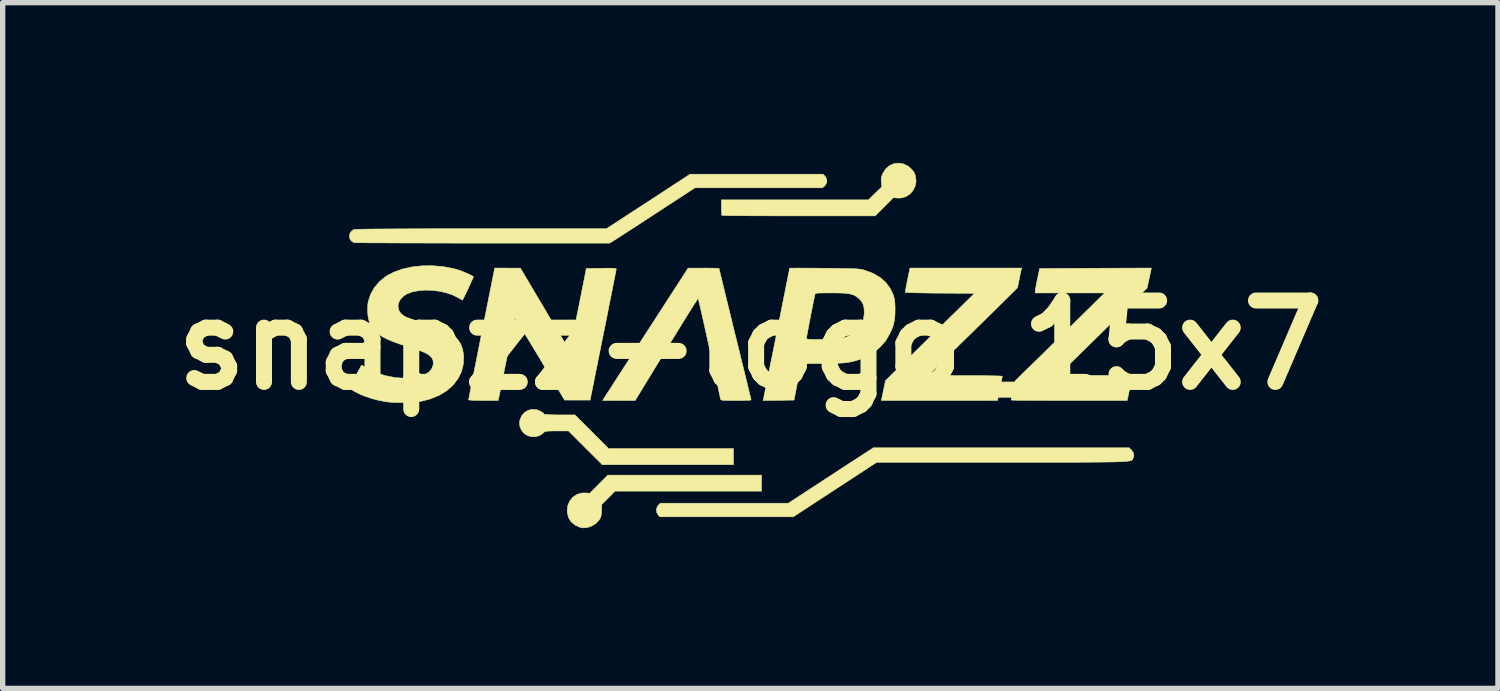
<source format=kicad_pcb>
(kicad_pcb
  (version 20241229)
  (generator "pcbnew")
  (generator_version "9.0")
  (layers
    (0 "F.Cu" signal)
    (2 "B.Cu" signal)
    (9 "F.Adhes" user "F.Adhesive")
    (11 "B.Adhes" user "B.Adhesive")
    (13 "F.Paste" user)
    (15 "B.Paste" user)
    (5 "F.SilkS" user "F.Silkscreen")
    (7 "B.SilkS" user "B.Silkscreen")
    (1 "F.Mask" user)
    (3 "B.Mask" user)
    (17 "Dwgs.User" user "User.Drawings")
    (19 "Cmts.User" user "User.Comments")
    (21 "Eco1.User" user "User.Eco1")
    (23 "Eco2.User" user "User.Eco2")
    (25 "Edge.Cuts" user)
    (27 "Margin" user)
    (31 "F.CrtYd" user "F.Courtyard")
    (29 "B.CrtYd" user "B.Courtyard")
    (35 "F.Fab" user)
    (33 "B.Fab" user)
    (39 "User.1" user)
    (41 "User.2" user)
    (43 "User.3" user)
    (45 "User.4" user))
  (footprint "snapzz-logo_15x7"
    (layer "F.Cu")
    (at 11.002 3.413)
    (property "Reference" "snapzz-logo_15x7" (at 0 0 0) (layer "F.SilkS") (effects (font (size 1.524 1.524) (thickness 0.3))))
    (attr through_hole)
    (fp_poly (pts (xy 0.21 2.735) (xy -2.533 2.735) (xy -2.658 2.861) (xy -2.783 2.986) (xy -2.785 3.099) (xy -2.789 3.163) (xy -2.797 3.209) (xy -2.813 3.247) (xy -2.829 3.273) (xy -2.885 3.334) (xy -2.957 3.382) (xy -3.038 3.413) (xy -3.119 3.424) (xy -3.186 3.414) (xy -3.284 3.369) (xy -3.357 3.307) (xy -3.405 3.229) (xy -3.428 3.135) (xy -3.43 3.096) (xy -3.416 3) (xy -3.379 2.916) (xy -3.321 2.847) (xy -3.246 2.797) (xy -3.159 2.771) (xy -3.081 2.769) (xy -3.008 2.776) (xy -2.838 2.605) (xy -2.668 2.435) (xy 0.21 2.435) (xy 0.21 2.735)) (stroke (width 0.01) (type solid)) (fill yes) (layer "F.SilkS"))
    (fp_poly (pts (xy -3.994 1.212) (xy -3.928 1.241) (xy -3.89 1.265) (xy -3.867 1.286) (xy -3.863 1.293) (xy -3.848 1.298) (xy -3.807 1.302) (xy -3.741 1.305) (xy -3.655 1.307) (xy -3.573 1.308) (xy -3.284 1.308) (xy -2.968 1.623) (xy -2.653 1.939) (xy -0.316 1.939) (xy -0.316 2.239) (xy -2.773 2.239) (xy -3.089 1.924) (xy -3.404 1.608) (xy -3.623 1.608) (xy -3.71 1.608) (xy -3.771 1.61) (xy -3.812 1.613) (xy -3.839 1.618) (xy -3.857 1.626) (xy -3.87 1.638) (xy -3.872 1.64) (xy -3.933 1.687) (xy -4.007 1.713) (xy -4.086 1.717) (xy -4.162 1.699) (xy -4.229 1.661) (xy -4.276 1.61) (xy -4.314 1.531) (xy -4.323 1.453) (xy -4.314 1.4) (xy -4.279 1.32) (xy -4.224 1.259) (xy -4.155 1.219) (xy -4.076 1.203) (xy -3.994 1.212)) (stroke (width 0.01) (type solid)) (fill yes) (layer "F.SilkS"))
    (fp_poly (pts (xy 2.867 -3.393) (xy 2.951 -3.353) (xy 3.007 -3.307) (xy 3.052 -3.257) (xy 3.079 -3.211) (xy 3.096 -3.155) (xy 3.096 -3.154) (xy 3.104 -3.059) (xy 3.085 -2.97) (xy 3.044 -2.891) (xy 2.985 -2.826) (xy 2.91 -2.779) (xy 2.823 -2.755) (xy 2.752 -2.754) (xy 2.678 -2.761) (xy 2.508 -2.59) (xy 2.338 -2.42) (xy 0.908 -2.42) (xy 0.704 -2.42) (xy 0.507 -2.42) (xy 0.322 -2.421) (xy 0.149 -2.421) (xy -0.009 -2.422) (xy -0.15 -2.423) (xy -0.272 -2.424) (xy -0.373 -2.425) (xy -0.451 -2.427) (xy -0.504 -2.428) (xy -0.529 -2.429) (xy -0.531 -2.43) (xy -0.535 -2.448) (xy -0.539 -2.49) (xy -0.541 -2.547) (xy -0.541 -2.58) (xy -0.541 -2.72) (xy 2.213 -2.72) (xy 2.337 -2.842) (xy 2.462 -2.963) (xy 2.454 -3.052) (xy 2.451 -3.108) (xy 2.458 -3.153) (xy 2.477 -3.203) (xy 2.487 -3.225) (xy 2.542 -3.306) (xy 2.612 -3.364) (xy 2.692 -3.398) (xy 2.779 -3.408) (xy 2.867 -3.393)) (stroke (width 0.01) (type solid)) (fill yes) (layer "F.SilkS"))
    (fp_poly (pts (xy 7.14 1.968) (xy 7.176 2.021) (xy 7.183 2.077) (xy 7.168 2.121) (xy 7.163 2.131) (xy 7.158 2.14) (xy 7.153 2.147) (xy 7.144 2.154) (xy 7.132 2.161) (xy 7.114 2.166) (xy 7.089 2.171) (xy 7.056 2.176) (xy 7.013 2.179) (xy 6.96 2.183) (xy 6.894 2.185) (xy 6.815 2.188) (xy 6.72 2.189) (xy 6.609 2.191) (xy 6.48 2.192) (xy 6.332 2.193) (xy 6.163 2.194) (xy 5.973 2.194) (xy 5.758 2.194) (xy 5.519 2.194) (xy 5.254 2.195) (xy 4.961 2.195) (xy 4.709 2.195) (xy 2.367 2.195) (xy 1.586 2.705) (xy 0.804 3.216) (xy -1.693 3.216) (xy -1.726 3.182) (xy -1.754 3.132) (xy -1.758 3.074) (xy -1.739 3.02) (xy -1.722 2.998) (xy -1.685 2.961) (xy 0.712 2.961) (xy 1.043 2.745) (xy 1.14 2.682) (xy 1.255 2.607) (xy 1.383 2.523) (xy 1.518 2.435) (xy 1.653 2.347) (xy 1.782 2.263) (xy 1.839 2.226) (xy 2.303 1.924) (xy 7.096 1.924) (xy 7.14 1.968)) (stroke (width 0.01) (type solid)) (fill yes) (layer "F.SilkS"))
    (fp_poly (pts (xy 7.472 -1.257) (xy 7.432 -1.07) (xy 6.6 -0.253) (xy 5.767 0.564) (xy 6.462 0.568) (xy 7.157 0.571) (xy 7.15 0.605) (xy 7.144 0.632) (xy 7.133 0.682) (xy 7.119 0.747) (xy 7.104 0.823) (xy 7.1 0.838) (xy 7.059 1.037) (xy 5.972 1.037) (xy 5.794 1.037) (xy 5.625 1.037) (xy 5.468 1.036) (xy 5.324 1.036) (xy 5.197 1.035) (xy 5.088 1.034) (xy 5 1.033) (xy 4.935 1.032) (xy 4.896 1.03) (xy 4.885 1.029) (xy 4.888 1.012) (xy 4.896 0.972) (xy 4.908 0.915) (xy 4.922 0.846) (xy 4.923 0.845) (xy 4.961 0.669) (xy 5.528 0.114) (xy 5.647 -0.004) (xy 5.77 -0.124) (xy 5.891 -0.243) (xy 6.009 -0.358) (xy 6.118 -0.466) (xy 6.217 -0.563) (xy 6.3 -0.645) (xy 6.365 -0.709) (xy 6.636 -0.977) (xy 5.336 -0.977) (xy 5.336 -1.011) (xy 5.339 -1.038) (xy 5.348 -1.087) (xy 5.36 -1.153) (xy 5.375 -1.228) (xy 5.378 -1.24) (xy 5.419 -1.435) (xy 6.465 -1.439) (xy 7.511 -1.443) (xy 7.472 -1.257)) (stroke (width 0.01) (type solid)) (fill yes) (layer "F.SilkS"))
    (fp_poly (pts (xy 1.398 -3.163) (xy 1.429 -3.112) (xy 1.434 -3.056) (xy 1.413 -3.004) (xy 1.392 -2.981) (xy 1.351 -2.946) (xy -1.037 -2.946) (xy -1.71 -2.507) (xy -1.842 -2.421) (xy -1.971 -2.337) (xy -2.093 -2.257) (xy -2.205 -2.184) (xy -2.305 -2.12) (xy -2.389 -2.065) (xy -2.455 -2.023) (xy -2.499 -1.994) (xy -2.508 -1.988) (xy -2.635 -1.909) (xy -5.018 -1.91) (xy -5.284 -1.91) (xy -5.542 -1.91) (xy -5.79 -1.911) (xy -6.026 -1.911) (xy -6.25 -1.912) (xy -6.459 -1.912) (xy -6.652 -1.913) (xy -6.828 -1.914) (xy -6.984 -1.914) (xy -7.119 -1.915) (xy -7.232 -1.916) (xy -7.32 -1.917) (xy -7.382 -1.918) (xy -7.417 -1.919) (xy -7.425 -1.919) (xy -7.473 -1.951) (xy -7.501 -1.996) (xy -7.508 -2.048) (xy -7.495 -2.099) (xy -7.462 -2.141) (xy -7.423 -2.163) (xy -7.406 -2.165) (xy -7.368 -2.167) (xy -7.31 -2.169) (xy -7.23 -2.171) (xy -7.127 -2.173) (xy -7.001 -2.174) (xy -6.851 -2.175) (xy -6.676 -2.176) (xy -6.476 -2.177) (xy -6.249 -2.178) (xy -5.996 -2.179) (xy -5.714 -2.179) (xy -5.405 -2.179) (xy -5.066 -2.179) (xy -2.695 -2.179) (xy -1.911 -2.69) (xy -1.128 -3.201) (xy 1.362 -3.201) (xy 1.398 -3.163)) (stroke (width 0.01) (type solid)) (fill yes) (layer "F.SilkS"))
    (fp_poly (pts (xy 5.073 -1.409) (xy 5.066 -1.38) (xy 5.056 -1.33) (xy 5.043 -1.267) (xy 5.035 -1.225) (xy 5.005 -1.075) (xy 4.775 -0.848) (xy 4.72 -0.794) (xy 4.646 -0.721) (xy 4.557 -0.633) (xy 4.455 -0.533) (xy 4.344 -0.424) (xy 4.226 -0.308) (xy 4.105 -0.189) (xy 3.983 -0.07) (xy 3.938 -0.026) (xy 3.33 0.571) (xy 4.024 0.571) (xy 4.166 0.571) (xy 4.297 0.572) (xy 4.416 0.573) (xy 4.52 0.575) (xy 4.605 0.577) (xy 4.668 0.579) (xy 4.707 0.582) (xy 4.719 0.584) (xy 4.716 0.602) (xy 4.709 0.644) (xy 4.698 0.701) (xy 4.685 0.768) (xy 4.671 0.838) (xy 4.658 0.904) (xy 4.646 0.96) (xy 4.638 0.999) (xy 4.637 1.003) (xy 4.629 1.037) (xy 2.454 1.037) (xy 2.493 0.852) (xy 2.532 0.666) (xy 3.366 -0.152) (xy 4.199 -0.969) (xy 3.55 -0.973) (xy 3.413 -0.974) (xy 3.287 -0.976) (xy 3.173 -0.978) (xy 3.075 -0.98) (xy 2.996 -0.983) (xy 2.939 -0.986) (xy 2.907 -0.988) (xy 2.901 -0.99) (xy 2.904 -1.008) (xy 2.911 -1.049) (xy 2.922 -1.107) (xy 2.935 -1.174) (xy 2.949 -1.243) (xy 2.962 -1.31) (xy 2.974 -1.365) (xy 2.982 -1.404) (xy 2.983 -1.409) (xy 2.991 -1.443) (xy 5.081 -1.443) (xy 5.073 -1.409)) (stroke (width 0.01) (type solid)) (fill yes) (layer "F.SilkS"))
    (fp_poly (pts (xy -4.547 -1.442) (xy -4.306 -1.441) (xy -3.848 -0.669) (xy -3.766 -0.53) (xy -3.688 -0.4) (xy -3.616 -0.28) (xy -3.551 -0.173) (xy -3.495 -0.081) (xy -3.449 -0.005) (xy -3.413 0.051) (xy -3.391 0.085) (xy -3.382 0.096) (xy -3.378 0.08) (xy -3.368 0.038) (xy -3.354 -0.029) (xy -3.335 -0.116) (xy -3.314 -0.222) (xy -3.289 -0.344) (xy -3.262 -0.478) (xy -3.233 -0.623) (xy -3.222 -0.674) (xy -3.071 -1.435) (xy -2.79 -1.439) (xy -2.688 -1.44) (xy -2.612 -1.44) (xy -2.56 -1.438) (xy -2.528 -1.435) (xy -2.513 -1.429) (xy -2.511 -1.424) (xy -2.514 -1.407) (xy -2.522 -1.362) (xy -2.536 -1.293) (xy -2.554 -1.2) (xy -2.576 -1.087) (xy -2.602 -0.956) (xy -2.632 -0.808) (xy -2.664 -0.647) (xy -2.698 -0.473) (xy -2.735 -0.29) (xy -2.756 -0.188) (xy -3 1.03) (xy -3.478 1.03) (xy -3.94 0.256) (xy -4.026 0.114) (xy -4.106 -0.019) (xy -4.179 -0.139) (xy -4.244 -0.245) (xy -4.301 -0.335) (xy -4.347 -0.407) (xy -4.381 -0.459) (xy -4.402 -0.489) (xy -4.41 -0.495) (xy -4.414 -0.477) (xy -4.424 -0.431) (xy -4.438 -0.363) (xy -4.456 -0.274) (xy -4.478 -0.167) (xy -4.502 -0.046) (xy -4.529 0.085) (xy -4.552 0.203) (xy -4.581 0.344) (xy -4.608 0.479) (xy -4.633 0.604) (xy -4.655 0.716) (xy -4.675 0.811) (xy -4.69 0.886) (xy -4.7 0.937) (xy -4.705 0.958) (xy -4.722 1.037) (xy -4.999 1.037) (xy -5.086 1.036) (xy -5.162 1.035) (xy -5.223 1.032) (xy -5.262 1.029) (xy -5.276 1.026) (xy -5.273 1.01) (xy -5.265 0.966) (xy -5.252 0.898) (xy -5.234 0.806) (xy -5.212 0.694) (xy -5.186 0.563) (xy -5.157 0.416) (xy -5.125 0.255) (xy -5.091 0.082) (xy -5.055 -0.101) (xy -5.032 -0.214) (xy -4.787 -1.443) (xy -4.547 -1.442)) (stroke (width 0.01) (type solid)) (fill yes) (layer "F.SilkS"))
    (fp_poly (pts (xy -0.786 -1.442) (xy -0.708 -1.441) (xy -0.645 -1.44) (xy -0.603 -1.438) (xy -0.586 -1.435) (xy -0.586 -1.435) (xy -0.583 -1.42) (xy -0.572 -1.377) (xy -0.556 -1.31) (xy -0.534 -1.22) (xy -0.507 -1.109) (xy -0.476 -0.98) (xy -0.44 -0.834) (xy -0.401 -0.675) (xy -0.359 -0.504) (xy -0.315 -0.322) (xy -0.286 -0.204) (xy -0.24 -0.018) (xy -0.196 0.16) (xy -0.155 0.328) (xy -0.117 0.482) (xy -0.083 0.622) (xy -0.053 0.745) (xy -0.028 0.848) (xy -0.008 0.93) (xy 0.006 0.989) (xy 0.014 1.022) (xy 0.015 1.028) (xy 0.001 1.031) (xy -0.039 1.033) (xy -0.099 1.035) (xy -0.176 1.037) (xy -0.264 1.037) (xy -0.269 1.037) (xy -0.368 1.037) (xy -0.44 1.036) (xy -0.491 1.035) (xy -0.524 1.032) (xy -0.544 1.027) (xy -0.554 1.02) (xy -0.558 1.009) (xy -0.559 1.003) (xy -0.569 0.956) (xy -0.584 0.887) (xy -0.603 0.797) (xy -0.626 0.691) (xy -0.652 0.571) (xy -0.681 0.441) (xy -0.711 0.302) (xy -0.743 0.159) (xy -0.775 0.014) (xy -0.807 -0.129) (xy -0.838 -0.269) (xy -0.867 -0.401) (xy -0.895 -0.522) (xy -0.919 -0.631) (xy -0.94 -0.723) (xy -0.957 -0.796) (xy -0.968 -0.847) (xy -0.975 -0.872) (xy -0.976 -0.875) (xy -0.985 -0.864) (xy -1.008 -0.829) (xy -1.045 -0.773) (xy -1.093 -0.697) (xy -1.152 -0.603) (xy -1.221 -0.493) (xy -1.297 -0.369) (xy -1.381 -0.233) (xy -1.471 -0.087) (xy -1.565 0.067) (xy -1.57 0.076) (xy -2.156 1.037) (xy -2.766 1.037) (xy -2.709 0.949) (xy -2.693 0.923) (xy -2.661 0.874) (xy -2.616 0.804) (xy -2.558 0.714) (xy -2.489 0.607) (xy -2.41 0.485) (xy -2.322 0.349) (xy -2.227 0.202) (xy -2.125 0.044) (xy -2.019 -0.12) (xy -1.909 -0.291) (xy -1.165 -1.441) (xy -0.875 -1.442) (xy -0.786 -1.442)) (stroke (width 0.01) (type solid)) (fill yes) (layer "F.SilkS"))
    (fp_poly (pts (xy -5.763 -1.471) (xy -5.568 -1.435) (xy -5.536 -1.427) (xy -5.48 -1.411) (xy -5.415 -1.388) (xy -5.349 -1.362) (xy -5.287 -1.336) (xy -5.235 -1.311) (xy -5.199 -1.291) (xy -5.185 -1.277) (xy -5.185 -1.277) (xy -5.191 -1.262) (xy -5.208 -1.225) (xy -5.232 -1.172) (xy -5.261 -1.11) (xy -5.292 -1.043) (xy -5.323 -0.978) (xy -5.351 -0.92) (xy -5.373 -0.875) (xy -5.386 -0.849) (xy -5.389 -0.844) (xy -5.403 -0.849) (xy -5.433 -0.865) (xy -5.454 -0.878) (xy -5.562 -0.934) (xy -5.684 -0.977) (xy -5.816 -1.008) (xy -5.952 -1.025) (xy -6.087 -1.029) (xy -6.215 -1.019) (xy -6.331 -0.996) (xy -6.43 -0.959) (xy -6.487 -0.924) (xy -6.551 -0.861) (xy -6.588 -0.791) (xy -6.598 -0.732) (xy -6.586 -0.657) (xy -6.547 -0.595) (xy -6.497 -0.553) (xy -6.479 -0.542) (xy -6.459 -0.531) (xy -6.433 -0.519) (xy -6.398 -0.506) (xy -6.352 -0.489) (xy -6.29 -0.468) (xy -6.211 -0.442) (xy -6.11 -0.41) (xy -5.985 -0.37) (xy -5.936 -0.354) (xy -5.782 -0.3) (xy -5.656 -0.241) (xy -5.556 -0.176) (xy -5.479 -0.104) (xy -5.425 -0.021) (xy -5.389 0.073) (xy -5.371 0.182) (xy -5.369 0.203) (xy -5.374 0.352) (xy -5.407 0.491) (xy -5.469 0.62) (xy -5.559 0.74) (xy -5.573 0.755) (xy -5.691 0.858) (xy -5.831 0.942) (xy -5.993 1.008) (xy -6.138 1.047) (xy -6.219 1.06) (xy -6.322 1.069) (xy -6.437 1.075) (xy -6.557 1.076) (xy -6.672 1.074) (xy -6.774 1.067) (xy -6.83 1.059) (xy -6.967 1.033) (xy -7.09 1.001) (xy -7.217 0.958) (xy -7.229 0.953) (xy -7.291 0.928) (xy -7.354 0.898) (xy -7.412 0.868) (xy -7.461 0.839) (xy -7.494 0.816) (xy -7.505 0.802) (xy -7.497 0.785) (xy -7.478 0.748) (xy -7.451 0.695) (xy -7.419 0.634) (xy -7.385 0.568) (xy -7.351 0.504) (xy -7.32 0.448) (xy -7.297 0.405) (xy -7.283 0.381) (xy -7.281 0.378) (xy -7.267 0.382) (xy -7.234 0.399) (xy -7.199 0.42) (xy -7.028 0.508) (xy -6.842 0.571) (xy -6.646 0.61) (xy -6.463 0.621) (xy -6.32 0.614) (xy -6.198 0.592) (xy -6.098 0.556) (xy -6.02 0.507) (xy -5.967 0.445) (xy -5.94 0.372) (xy -5.937 0.333) (xy -5.943 0.285) (xy -5.962 0.241) (xy -5.998 0.202) (xy -6.052 0.164) (xy -6.128 0.127) (xy -6.227 0.089) (xy -6.354 0.047) (xy -6.387 0.037) (xy -6.548 -0.014) (xy -6.683 -0.062) (xy -6.794 -0.108) (xy -6.885 -0.154) (xy -6.959 -0.202) (xy -7.019 -0.254) (xy -7.068 -0.312) (xy -7.109 -0.378) (xy -7.12 -0.398) (xy -7.146 -0.47) (xy -7.162 -0.561) (xy -7.168 -0.661) (xy -7.164 -0.76) (xy -7.155 -0.815) (xy -7.112 -0.949) (xy -7.043 -1.073) (xy -6.949 -1.185) (xy -6.834 -1.28) (xy -6.819 -1.291) (xy -6.679 -1.365) (xy -6.519 -1.423) (xy -6.343 -1.463) (xy -6.156 -1.484) (xy -5.961 -1.487) (xy -5.763 -1.471)) (stroke (width 0.01) (type solid)) (fill yes) (layer "F.SilkS"))
    (fp_poly (pts (xy 1.048 -1.441) (xy 1.167 -1.441) (xy 1.298 -1.44) (xy 1.386 -1.439) (xy 1.544 -1.438) (xy 1.675 -1.436) (xy 1.782 -1.435) (xy 1.868 -1.433) (xy 1.936 -1.431) (xy 1.99 -1.428) (xy 2.033 -1.424) (xy 2.068 -1.419) (xy 2.098 -1.414) (xy 2.125 -1.407) (xy 2.149 -1.4) (xy 2.303 -1.341) (xy 2.434 -1.264) (xy 2.54 -1.17) (xy 2.622 -1.057) (xy 2.677 -0.939) (xy 2.693 -0.888) (xy 2.703 -0.834) (xy 2.709 -0.768) (xy 2.711 -0.682) (xy 2.711 -0.676) (xy 2.709 -0.562) (xy 2.699 -0.468) (xy 2.68 -0.381) (xy 2.649 -0.294) (xy 2.612 -0.213) (xy 2.533 -0.079) (xy 2.428 0.04) (xy 2.303 0.142) (xy 2.159 0.224) (xy 2.057 0.266) (xy 1.985 0.289) (xy 1.917 0.307) (xy 1.846 0.321) (xy 1.767 0.332) (xy 1.676 0.338) (xy 1.569 0.343) (xy 1.439 0.345) (xy 1.341 0.345) (xy 1.224 0.345) (xy 1.133 0.346) (xy 1.065 0.348) (xy 1.017 0.35) (xy 0.985 0.353) (xy 0.966 0.358) (xy 0.955 0.365) (xy 0.951 0.371) (xy 0.945 0.393) (xy 0.935 0.44) (xy 0.921 0.507) (xy 0.904 0.589) (xy 0.886 0.681) (xy 0.88 0.713) (xy 0.819 1.03) (xy 0.529 1.034) (xy 0.24 1.038) (xy 0.248 1.004) (xy 0.252 0.984) (xy 0.261 0.938) (xy 0.275 0.869) (xy 0.294 0.778) (xy 0.316 0.669) (xy 0.341 0.544) (xy 0.368 0.406) (xy 0.398 0.257) (xy 0.43 0.101) (xy 0.462 -0.061) (xy 0.476 -0.132) (xy 1.052 -0.132) (xy 1.054 -0.122) (xy 1.063 -0.115) (xy 1.083 -0.11) (xy 1.119 -0.107) (xy 1.174 -0.106) (xy 1.253 -0.105) (xy 1.299 -0.105) (xy 1.393 -0.106) (xy 1.487 -0.109) (xy 1.573 -0.113) (xy 1.641 -0.118) (xy 1.663 -0.121) (xy 1.797 -0.15) (xy 1.91 -0.2) (xy 2.001 -0.269) (xy 2.07 -0.356) (xy 2.114 -0.458) (xy 2.133 -0.577) (xy 2.134 -0.607) (xy 2.13 -0.695) (xy 2.114 -0.762) (xy 2.085 -0.817) (xy 2.039 -0.868) (xy 2.038 -0.869) (xy 1.998 -0.902) (xy 1.958 -0.928) (xy 1.911 -0.947) (xy 1.855 -0.961) (xy 1.785 -0.97) (xy 1.696 -0.975) (xy 1.583 -0.977) (xy 1.516 -0.977) (xy 1.414 -0.977) (xy 1.339 -0.976) (xy 1.285 -0.975) (xy 1.25 -0.972) (xy 1.229 -0.967) (xy 1.217 -0.961) (xy 1.212 -0.951) (xy 1.21 -0.943) (xy 1.201 -0.904) (xy 1.189 -0.845) (xy 1.173 -0.768) (xy 1.156 -0.681) (xy 1.137 -0.586) (xy 1.118 -0.489) (xy 1.1 -0.395) (xy 1.084 -0.309) (xy 1.07 -0.234) (xy 1.059 -0.177) (xy 1.053 -0.141) (xy 1.052 -0.132) (xy 0.476 -0.132) (xy 0.495 -0.225) (xy 0.528 -0.389) (xy 0.56 -0.551) (xy 0.591 -0.707) (xy 0.62 -0.854) (xy 0.648 -0.992) (xy 0.672 -1.115) (xy 0.694 -1.223) (xy 0.711 -1.312) (xy 0.725 -1.379) (xy 0.733 -1.423) (xy 0.736 -1.44) (xy 0.736 -1.44) (xy 0.751 -1.441) (xy 0.792 -1.441) (xy 0.858 -1.442) (xy 0.944 -1.442) (xy 1.048 -1.441)) (stroke (width 0.01) (type solid)) (fill yes) (layer "F.SilkS")))
  (gr_rect
    (start -3 -3)
    (end 25.004 9.842)
    (stroke (width 0.1) (type default))
    (fill no)
    (layer "Edge.Cuts")))
</source>
